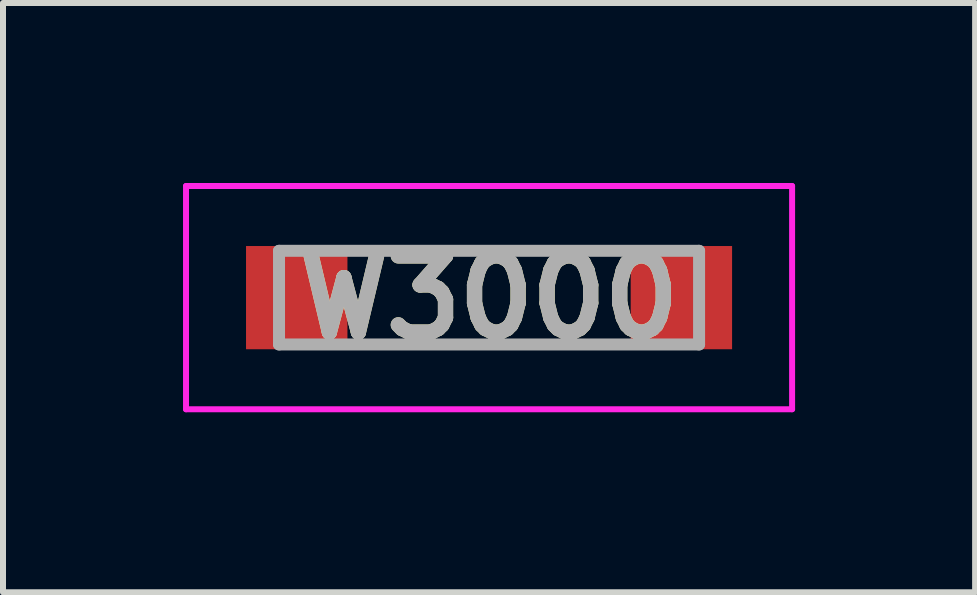
<source format=kicad_pcb>
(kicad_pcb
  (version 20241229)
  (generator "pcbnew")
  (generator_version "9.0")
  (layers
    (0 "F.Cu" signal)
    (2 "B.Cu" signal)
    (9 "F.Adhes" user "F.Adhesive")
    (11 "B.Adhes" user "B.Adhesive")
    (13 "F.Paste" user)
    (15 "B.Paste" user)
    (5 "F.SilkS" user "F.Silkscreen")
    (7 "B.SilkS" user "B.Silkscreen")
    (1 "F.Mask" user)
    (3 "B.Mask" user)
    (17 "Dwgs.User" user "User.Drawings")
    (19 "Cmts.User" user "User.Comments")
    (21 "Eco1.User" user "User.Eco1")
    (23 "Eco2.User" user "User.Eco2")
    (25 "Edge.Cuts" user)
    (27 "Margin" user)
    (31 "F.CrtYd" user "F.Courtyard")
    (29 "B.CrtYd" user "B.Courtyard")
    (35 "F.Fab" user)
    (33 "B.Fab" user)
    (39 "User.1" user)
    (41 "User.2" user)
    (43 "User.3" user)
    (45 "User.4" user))
  (footprint "W3000"
    (layer "F.Cu")
    (at 5.1 1.91)
    (property "Reference" "W3000" (at 0 0 0) (layer "F.SilkS") (effects (font (size 1.27 1.27) (thickness 0.254))))
    (attr smd)
    (fp_line (start -2 -0.78) (end 2 -0.78) (stroke (width 0.1) (type solid)) (layer "F.SilkS"))
    (fp_line (start -2 0.78) (end 2 0.78) (stroke (width 0.1) (type solid)) (layer "F.SilkS"))
    (fp_line (start -5.05 -1.86) (end 5.05 -1.86) (stroke (width 0.1) (type solid)) (layer "F.CrtYd"))
    (fp_line (start -5.05 1.86) (end -5.05 -1.86) (stroke (width 0.1) (type solid)) (layer "F.CrtYd"))
    (fp_line (start 5.05 -1.86) (end 5.05 1.86) (stroke (width 0.1) (type solid)) (layer "F.CrtYd"))
    (fp_line (start 5.05 1.86) (end -5.05 1.86) (stroke (width 0.1) (type solid)) (layer "F.CrtYd"))
    (fp_line (start -3.5 -0.78) (end 3.5 -0.78) (stroke (width 0.2) (type solid)) (layer "F.Fab"))
    (fp_line (start -3.5 0.78) (end -3.5 -0.78) (stroke (width 0.2) (type solid)) (layer "F.Fab"))
    (fp_line (start 3.5 -0.78) (end 3.5 0.78) (stroke (width 0.2) (type solid)) (layer "F.Fab"))
    (fp_line (start 3.5 0.78) (end -3.5 0.78) (stroke (width 0.2) (type solid)) (layer "F.Fab"))
    (fp_text user "${REFERENCE}" (at 0 0 0) (layer "F.Fab") (effects (font (size 1.27 1.27) (thickness 0.254))))
    (pad "1" smd rect (at -3.205 0) (size 1.69 1.72) (layers "F.Cu" "F.Mask" "F.Paste"))
    (pad "2" smd rect (at 3.205 0) (size 1.69 1.72) (layers "F.Cu" "F.Mask" "F.Paste")))
  (gr_rect
    (start -3 -3)
    (end 13.2 6.82)
    (stroke (width 0.1) (type default))
    (fill no)
    (layer "Edge.Cuts")))
</source>
